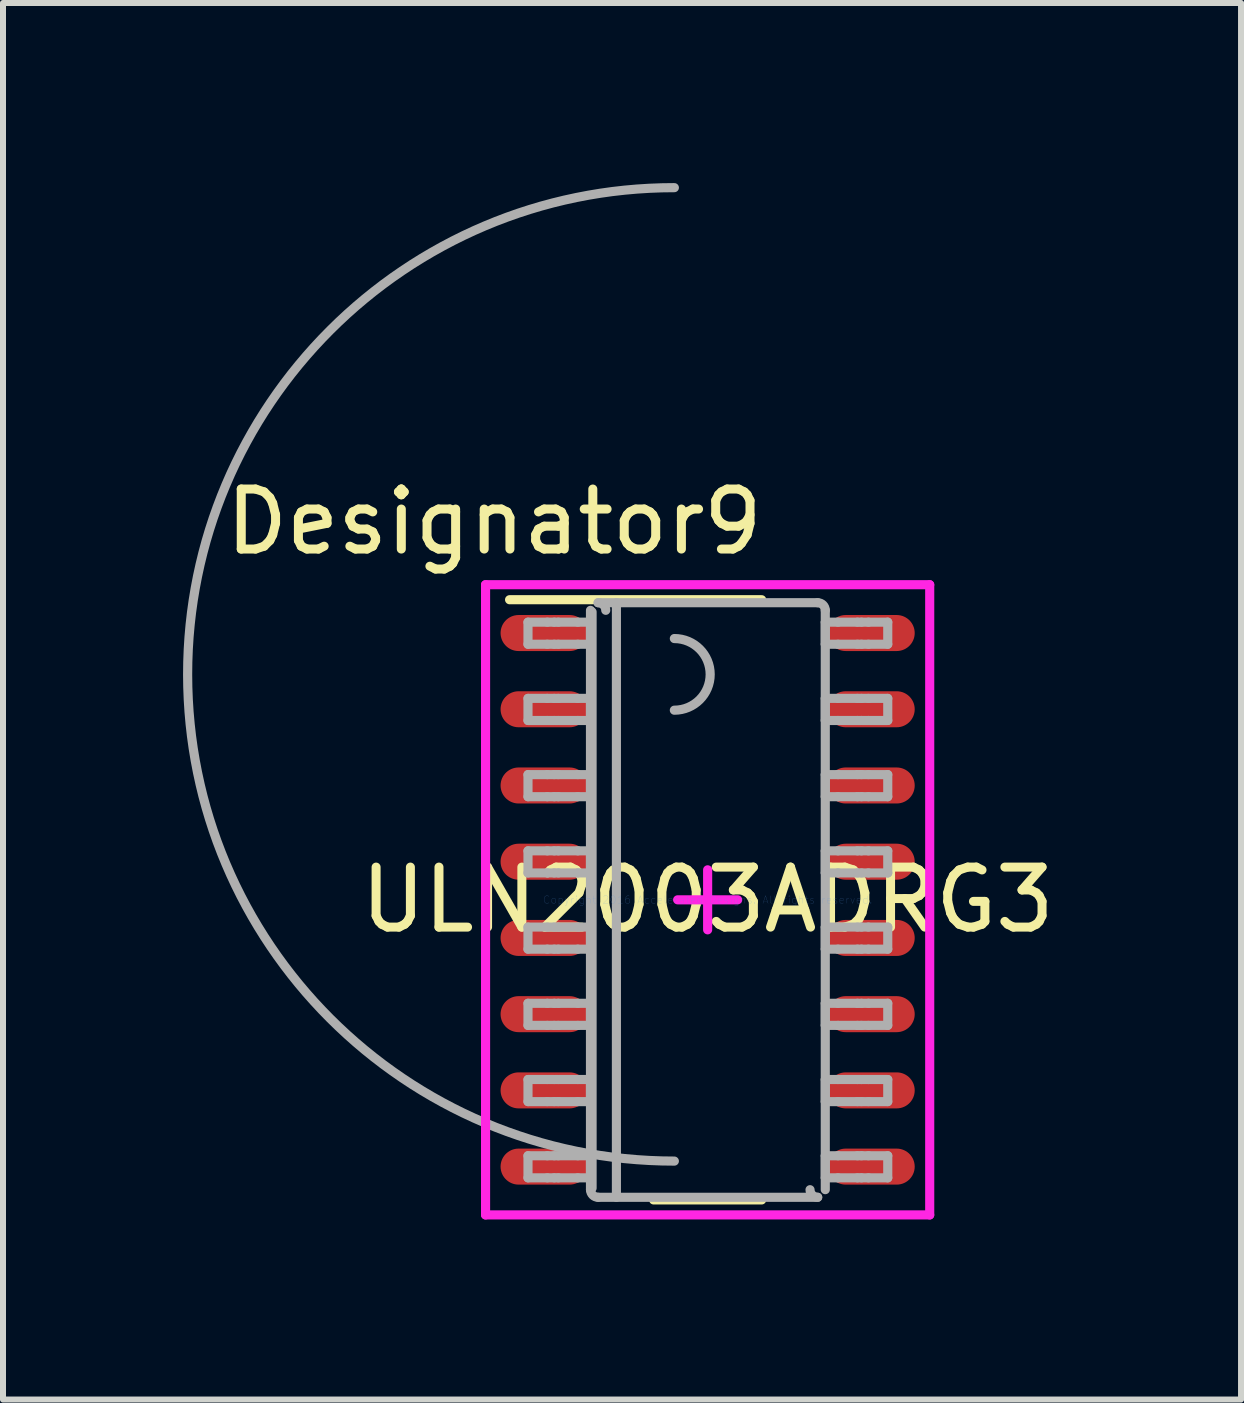
<source format=kicad_pcb>
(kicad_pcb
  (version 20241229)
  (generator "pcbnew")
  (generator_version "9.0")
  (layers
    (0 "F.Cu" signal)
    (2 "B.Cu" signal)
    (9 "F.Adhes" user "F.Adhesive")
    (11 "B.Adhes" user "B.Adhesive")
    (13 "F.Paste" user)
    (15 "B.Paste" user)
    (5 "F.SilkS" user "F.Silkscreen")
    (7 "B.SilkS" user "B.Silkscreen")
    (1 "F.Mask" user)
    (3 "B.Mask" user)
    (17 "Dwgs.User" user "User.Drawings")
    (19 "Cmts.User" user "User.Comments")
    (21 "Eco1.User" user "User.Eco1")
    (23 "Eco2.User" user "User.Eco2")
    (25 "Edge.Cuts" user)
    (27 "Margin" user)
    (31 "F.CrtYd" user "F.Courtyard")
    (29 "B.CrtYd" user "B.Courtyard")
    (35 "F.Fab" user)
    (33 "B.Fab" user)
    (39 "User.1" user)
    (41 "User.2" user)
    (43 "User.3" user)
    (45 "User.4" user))
  (footprint "ULN2003ADRG3"
    (layer "F.Cu")
    (at 8.74 11.942)
    (property "Reference" "ULN2003ADRG3" (at 0 0 0) (layer "F.SilkS") (effects (font (size 1 1) (thickness 0.15))))
    (attr through_hole)
    (fp_line (start -3.3 -5) (end 0.9 -5) (stroke (width 0.152) (type solid)) (layer "F.SilkS"))
    (fp_line (start -0.9 5) (end 0.9 5) (stroke (width 0.152) (type solid)) (layer "F.SilkS"))
    (fp_line (start -3.7 -5.25) (end 3.7 -5.25) (stroke (width 0.152) (type solid)) (layer "F.CrtYd"))
    (fp_line (start -3.7 5.25) (end -3.7 -5.25) (stroke (width 0.152) (type solid)) (layer "F.CrtYd"))
    (fp_line (start -3.7 5.25) (end 3.7 5.25) (stroke (width 0.152) (type solid)) (layer "F.CrtYd"))
    (fp_line (start -0.5 0) (end 0.5 0) (stroke (width 0.152) (type solid)) (layer "F.CrtYd"))
    (fp_line (start 0 0.5) (end 0 -0.5) (stroke (width 0.152) (type solid)) (layer "F.CrtYd"))
    (fp_line (start 3.7 5.25) (end 3.7 -5.25) (stroke (width 0.152) (type solid)) (layer "F.CrtYd"))
    (fp_line (start -2.993 -4.626) (end -2.671 -4.626) (stroke (width 0.152) (type solid)) (layer "F.Fab"))
    (fp_line (start -2.993 -4.258) (end -2.993 -4.626) (stroke (width 0.152) (type solid)) (layer "F.Fab"))
    (fp_line (start -2.993 -4.258) (end -2.671 -4.258) (stroke (width 0.152) (type solid)) (layer "F.Fab"))
    (fp_line (start -2.993 -3.356) (end -2.671 -3.356) (stroke (width 0.152) (type solid)) (layer "F.Fab"))
    (fp_line (start -2.993 -2.988) (end -2.993 -3.356) (stroke (width 0.152) (type solid)) (layer "F.Fab"))
    (fp_line (start -2.993 -2.988) (end -2.671 -2.988) (stroke (width 0.152) (type solid)) (layer "F.Fab"))
    (fp_line (start -2.993 -2.086) (end -2.671 -2.086) (stroke (width 0.152) (type solid)) (layer "F.Fab"))
    (fp_line (start -2.993 -1.718) (end -2.993 -2.086) (stroke (width 0.152) (type solid)) (layer "F.Fab"))
    (fp_line (start -2.993 -1.718) (end -2.671 -1.718) (stroke (width 0.152) (type solid)) (layer "F.Fab"))
    (fp_line (start -2.993 -0.816) (end -2.671 -0.816) (stroke (width 0.152) (type solid)) (layer "F.Fab"))
    (fp_line (start -2.993 -0.448) (end -2.993 -0.816) (stroke (width 0.152) (type solid)) (layer "F.Fab"))
    (fp_line (start -2.993 -0.448) (end -2.671 -0.448) (stroke (width 0.152) (type solid)) (layer "F.Fab"))
    (fp_line (start -2.993 0.454) (end -2.671 0.454) (stroke (width 0.152) (type solid)) (layer "F.Fab"))
    (fp_line (start -2.993 0.822) (end -2.993 0.454) (stroke (width 0.152) (type solid)) (layer "F.Fab"))
    (fp_line (start -2.993 0.822) (end -2.671 0.822) (stroke (width 0.152) (type solid)) (layer "F.Fab"))
    (fp_line (start -2.993 1.724) (end -2.671 1.724) (stroke (width 0.152) (type solid)) (layer "F.Fab"))
    (fp_line (start -2.993 2.092) (end -2.993 1.724) (stroke (width 0.152) (type solid)) (layer "F.Fab"))
    (fp_line (start -2.993 2.092) (end -2.671 2.092) (stroke (width 0.152) (type solid)) (layer "F.Fab"))
    (fp_line (start -2.993 2.994) (end -2.671 2.994) (stroke (width 0.152) (type solid)) (layer "F.Fab"))
    (fp_line (start -2.993 3.362) (end -2.993 2.994) (stroke (width 0.152) (type solid)) (layer "F.Fab"))
    (fp_line (start -2.993 3.362) (end -2.671 3.362) (stroke (width 0.152) (type solid)) (layer "F.Fab"))
    (fp_line (start -2.993 4.264) (end -2.671 4.264) (stroke (width 0.152) (type solid)) (layer "F.Fab"))
    (fp_line (start -2.993 4.632) (end -2.993 4.264) (stroke (width 0.152) (type solid)) (layer "F.Fab"))
    (fp_line (start -2.993 4.632) (end -2.671 4.632) (stroke (width 0.152) (type solid)) (layer "F.Fab"))
    (fp_line (start -2.671 -4.626) (end -2.555 -4.626) (stroke (width 0.152) (type solid)) (layer "F.Fab"))
    (fp_line (start -2.671 -4.258) (end -2.555 -4.258) (stroke (width 0.152) (type solid)) (layer "F.Fab"))
    (fp_line (start -2.671 -3.356) (end -2.555 -3.356) (stroke (width 0.152) (type solid)) (layer "F.Fab"))
    (fp_line (start -2.671 -2.988) (end -2.555 -2.988) (stroke (width 0.152) (type solid)) (layer "F.Fab"))
    (fp_line (start -2.671 -2.086) (end -2.555 -2.086) (stroke (width 0.152) (type solid)) (layer "F.Fab"))
    (fp_line (start -2.671 -1.718) (end -2.555 -1.718) (stroke (width 0.152) (type solid)) (layer "F.Fab"))
    (fp_line (start -2.671 -0.816) (end -2.555 -0.816) (stroke (width 0.152) (type solid)) (layer "F.Fab"))
    (fp_line (start -2.671 -0.448) (end -2.555 -0.448) (stroke (width 0.152) (type solid)) (layer "F.Fab"))
    (fp_line (start -2.671 0.454) (end -2.555 0.454) (stroke (width 0.152) (type solid)) (layer "F.Fab"))
    (fp_line (start -2.671 0.822) (end -2.555 0.822) (stroke (width 0.152) (type solid)) (layer "F.Fab"))
    (fp_line (start -2.671 1.724) (end -2.555 1.724) (stroke (width 0.152) (type solid)) (layer "F.Fab"))
    (fp_line (start -2.671 2.092) (end -2.555 2.092) (stroke (width 0.152) (type solid)) (layer "F.Fab"))
    (fp_line (start -2.671 2.994) (end -2.555 2.994) (stroke (width 0.152) (type solid)) (layer "F.Fab"))
    (fp_line (start -2.671 3.362) (end -2.555 3.362) (stroke (width 0.152) (type solid)) (layer "F.Fab"))
    (fp_line (start -2.671 4.264) (end -2.555 4.264) (stroke (width 0.152) (type solid)) (layer "F.Fab"))
    (fp_line (start -2.671 4.632) (end -2.555 4.632) (stroke (width 0.152) (type solid)) (layer "F.Fab"))
    (fp_line (start -2.555 -4.626) (end -2.488 -4.626) (stroke (width 0.152) (type solid)) (layer "F.Fab"))
    (fp_line (start -2.555 -4.258) (end -2.488 -4.258) (stroke (width 0.152) (type solid)) (layer "F.Fab"))
    (fp_line (start -2.555 -3.356) (end -2.488 -3.356) (stroke (width 0.152) (type solid)) (layer "F.Fab"))
    (fp_line (start -2.555 -2.988) (end -2.488 -2.988) (stroke (width 0.152) (type solid)) (layer "F.Fab"))
    (fp_line (start -2.555 -2.086) (end -2.488 -2.086) (stroke (width 0.152) (type solid)) (layer "F.Fab"))
    (fp_line (start -2.555 -1.718) (end -2.488 -1.718) (stroke (width 0.152) (type solid)) (layer "F.Fab"))
    (fp_line (start -2.555 -0.816) (end -2.488 -0.816) (stroke (width 0.152) (type solid)) (layer "F.Fab"))
    (fp_line (start -2.555 -0.448) (end -2.488 -0.448) (stroke (width 0.152) (type solid)) (layer "F.Fab"))
    (fp_line (start -2.555 0.454) (end -2.488 0.454) (stroke (width 0.152) (type solid)) (layer "F.Fab"))
    (fp_line (start -2.555 0.822) (end -2.488 0.822) (stroke (width 0.152) (type solid)) (layer "F.Fab"))
    (fp_line (start -2.555 1.724) (end -2.488 1.724) (stroke (width 0.152) (type solid)) (layer "F.Fab"))
    (fp_line (start -2.555 2.092) (end -2.488 2.092) (stroke (width 0.152) (type solid)) (layer "F.Fab"))
    (fp_line (start -2.555 2.994) (end -2.488 2.994) (stroke (width 0.152) (type solid)) (layer "F.Fab"))
    (fp_line (start -2.555 3.362) (end -2.488 3.362) (stroke (width 0.152) (type solid)) (layer "F.Fab"))
    (fp_line (start -2.555 4.264) (end -2.488 4.264) (stroke (width 0.152) (type solid)) (layer "F.Fab"))
    (fp_line (start -2.555 4.632) (end -2.488 4.632) (stroke (width 0.152) (type solid)) (layer "F.Fab"))
    (fp_line (start -2.488 -4.626) (end -2.163 -4.626) (stroke (width 0.152) (type solid)) (layer "F.Fab"))
    (fp_line (start -2.488 -4.258) (end -2.163 -4.258) (stroke (width 0.152) (type solid)) (layer "F.Fab"))
    (fp_line (start -2.488 -3.356) (end -2.163 -3.356) (stroke (width 0.152) (type solid)) (layer "F.Fab"))
    (fp_line (start -2.488 -2.988) (end -2.163 -2.988) (stroke (width 0.152) (type solid)) (layer "F.Fab"))
    (fp_line (start -2.488 -2.086) (end -2.163 -2.086) (stroke (width 0.152) (type solid)) (layer "F.Fab"))
    (fp_line (start -2.488 -1.718) (end -2.163 -1.718) (stroke (width 0.152) (type solid)) (layer "F.Fab"))
    (fp_line (start -2.488 -0.816) (end -2.163 -0.816) (stroke (width 0.152) (type solid)) (layer "F.Fab"))
    (fp_line (start -2.488 -0.448) (end -2.163 -0.448) (stroke (width 0.152) (type solid)) (layer "F.Fab"))
    (fp_line (start -2.488 0.454) (end -2.163 0.454) (stroke (width 0.152) (type solid)) (layer "F.Fab"))
    (fp_line (start -2.488 0.822) (end -2.163 0.822) (stroke (width 0.152) (type solid)) (layer "F.Fab"))
    (fp_line (start -2.488 1.724) (end -2.163 1.724) (stroke (width 0.152) (type solid)) (layer "F.Fab"))
    (fp_line (start -2.488 2.092) (end -2.163 2.092) (stroke (width 0.152) (type solid)) (layer "F.Fab"))
    (fp_line (start -2.488 2.994) (end -2.163 2.994) (stroke (width 0.152) (type solid)) (layer "F.Fab"))
    (fp_line (start -2.488 3.362) (end -2.163 3.362) (stroke (width 0.152) (type solid)) (layer "F.Fab"))
    (fp_line (start -2.488 4.264) (end -2.163 4.264) (stroke (width 0.152) (type solid)) (layer "F.Fab"))
    (fp_line (start -2.488 4.632) (end -2.163 4.632) (stroke (width 0.152) (type solid)) (layer "F.Fab"))
    (fp_line (start -2.163 -4.626) (end -1.952 -4.626) (stroke (width 0.152) (type solid)) (layer "F.Fab"))
    (fp_line (start -2.163 -4.258) (end -1.952 -4.258) (stroke (width 0.152) (type solid)) (layer "F.Fab"))
    (fp_line (start -2.163 -3.356) (end -1.952 -3.356) (stroke (width 0.152) (type solid)) (layer "F.Fab"))
    (fp_line (start -2.163 -2.988) (end -1.952 -2.988) (stroke (width 0.152) (type solid)) (layer "F.Fab"))
    (fp_line (start -2.163 -2.086) (end -1.952 -2.086) (stroke (width 0.152) (type solid)) (layer "F.Fab"))
    (fp_line (start -2.163 -1.718) (end -1.952 -1.718) (stroke (width 0.152) (type solid)) (layer "F.Fab"))
    (fp_line (start -2.163 -0.816) (end -1.952 -0.816) (stroke (width 0.152) (type solid)) (layer "F.Fab"))
    (fp_line (start -2.163 -0.448) (end -1.952 -0.448) (stroke (width 0.152) (type solid)) (layer "F.Fab"))
    (fp_line (start -2.163 0.454) (end -1.952 0.454) (stroke (width 0.152) (type solid)) (layer "F.Fab"))
    (fp_line (start -2.163 0.822) (end -1.952 0.822) (stroke (width 0.152) (type solid)) (layer "F.Fab"))
    (fp_line (start -2.163 1.724) (end -1.952 1.724) (stroke (width 0.152) (type solid)) (layer "F.Fab"))
    (fp_line (start -2.163 2.092) (end -1.952 2.092) (stroke (width 0.152) (type solid)) (layer "F.Fab"))
    (fp_line (start -2.163 2.994) (end -1.952 2.994) (stroke (width 0.152) (type solid)) (layer "F.Fab"))
    (fp_line (start -2.163 3.362) (end -1.952 3.362) (stroke (width 0.152) (type solid)) (layer "F.Fab"))
    (fp_line (start -2.163 4.264) (end -1.952 4.264) (stroke (width 0.152) (type solid)) (layer "F.Fab"))
    (fp_line (start -2.163 4.632) (end -1.952 4.632) (stroke (width 0.152) (type solid)) (layer "F.Fab"))
    (fp_line (start -1.952 -4.258) (end -1.952 -4.626) (stroke (width 0.152) (type solid)) (layer "F.Fab"))
    (fp_line (start -1.952 -2.988) (end -1.952 -3.356) (stroke (width 0.152) (type solid)) (layer "F.Fab"))
    (fp_line (start -1.952 -1.718) (end -1.952 -2.086) (stroke (width 0.152) (type solid)) (layer "F.Fab"))
    (fp_line (start -1.952 -0.448) (end -1.952 -0.816) (stroke (width 0.152) (type solid)) (layer "F.Fab"))
    (fp_line (start -1.952 0.822) (end -1.952 0.454) (stroke (width 0.152) (type solid)) (layer "F.Fab"))
    (fp_line (start -1.952 2.092) (end -1.952 1.724) (stroke (width 0.152) (type solid)) (layer "F.Fab"))
    (fp_line (start -1.952 3.362) (end -1.952 2.994) (stroke (width 0.152) (type solid)) (layer "F.Fab"))
    (fp_line (start -1.952 4.632) (end -1.952 4.264) (stroke (width 0.152) (type solid)) (layer "F.Fab"))
    (fp_line (start -1.952 4.829) (end -1.952 -4.823) (stroke (width 0.152) (type solid)) (layer "F.Fab"))
    (fp_line (start -1.925 4.803) (end -1.925 -4.797) (stroke (width 0.152) (type solid)) (layer "F.Fab"))
    (fp_line (start -1.825 -4.95) (end 1.834 -4.95) (stroke (width 0.152) (type solid)) (layer "F.Fab"))
    (fp_line (start -1.825 4.956) (end 1.834 4.956) (stroke (width 0.152) (type solid)) (layer "F.Fab"))
    (fp_line (start -1.52 4.956) (end -1.52 -4.95) (stroke (width 0.152) (type solid)) (layer "F.Fab"))
    (fp_line (start 1.96 -4.626) (end 2.172 -4.626) (stroke (width 0.152) (type solid)) (layer "F.Fab"))
    (fp_line (start 1.96 -4.258) (end 1.96 -4.626) (stroke (width 0.152) (type solid)) (layer "F.Fab"))
    (fp_line (start 1.96 -4.258) (end 2.172 -4.258) (stroke (width 0.152) (type solid)) (layer "F.Fab"))
    (fp_line (start 1.96 -3.356) (end 2.172 -3.356) (stroke (width 0.152) (type solid)) (layer "F.Fab"))
    (fp_line (start 1.96 -2.988) (end 1.96 -3.356) (stroke (width 0.152) (type solid)) (layer "F.Fab"))
    (fp_line (start 1.96 -2.988) (end 2.172 -2.988) (stroke (width 0.152) (type solid)) (layer "F.Fab"))
    (fp_line (start 1.96 -2.086) (end 2.172 -2.086) (stroke (width 0.152) (type solid)) (layer "F.Fab"))
    (fp_line (start 1.96 -1.718) (end 1.96 -2.086) (stroke (width 0.152) (type solid)) (layer "F.Fab"))
    (fp_line (start 1.96 -1.718) (end 2.172 -1.718) (stroke (width 0.152) (type solid)) (layer "F.Fab"))
    (fp_line (start 1.96 -0.816) (end 2.172 -0.816) (stroke (width 0.152) (type solid)) (layer "F.Fab"))
    (fp_line (start 1.96 -0.448) (end 1.96 -0.816) (stroke (width 0.152) (type solid)) (layer "F.Fab"))
    (fp_line (start 1.96 -0.448) (end 2.172 -0.448) (stroke (width 0.152) (type solid)) (layer "F.Fab"))
    (fp_line (start 1.96 0.454) (end 2.172 0.454) (stroke (width 0.152) (type solid)) (layer "F.Fab"))
    (fp_line (start 1.96 0.822) (end 1.96 0.454) (stroke (width 0.152) (type solid)) (layer "F.Fab"))
    (fp_line (start 1.96 0.822) (end 2.172 0.822) (stroke (width 0.152) (type solid)) (layer "F.Fab"))
    (fp_line (start 1.96 1.724) (end 2.172 1.724) (stroke (width 0.152) (type solid)) (layer "F.Fab"))
    (fp_line (start 1.96 2.092) (end 1.96 1.724) (stroke (width 0.152) (type solid)) (layer "F.Fab"))
    (fp_line (start 1.96 2.092) (end 2.172 2.092) (stroke (width 0.152) (type solid)) (layer "F.Fab"))
    (fp_line (start 1.96 2.994) (end 2.172 2.994) (stroke (width 0.152) (type solid)) (layer "F.Fab"))
    (fp_line (start 1.96 3.362) (end 1.96 2.994) (stroke (width 0.152) (type solid)) (layer "F.Fab"))
    (fp_line (start 1.96 3.362) (end 2.172 3.362) (stroke (width 0.152) (type solid)) (layer "F.Fab"))
    (fp_line (start 1.96 4.264) (end 2.172 4.264) (stroke (width 0.152) (type solid)) (layer "F.Fab"))
    (fp_line (start 1.96 4.632) (end 1.96 4.264) (stroke (width 0.152) (type solid)) (layer "F.Fab"))
    (fp_line (start 1.96 4.632) (end 2.172 4.632) (stroke (width 0.152) (type solid)) (layer "F.Fab"))
    (fp_line (start 1.96 4.829) (end 1.96 -4.823) (stroke (width 0.152) (type solid)) (layer "F.Fab"))
    (fp_line (start 2.172 -4.626) (end 2.497 -4.626) (stroke (width 0.152) (type solid)) (layer "F.Fab"))
    (fp_line (start 2.172 -4.258) (end 2.497 -4.258) (stroke (width 0.152) (type solid)) (layer "F.Fab"))
    (fp_line (start 2.172 -3.356) (end 2.497 -3.356) (stroke (width 0.152) (type solid)) (layer "F.Fab"))
    (fp_line (start 2.172 -2.988) (end 2.497 -2.988) (stroke (width 0.152) (type solid)) (layer "F.Fab"))
    (fp_line (start 2.172 -2.086) (end 2.497 -2.086) (stroke (width 0.152) (type solid)) (layer "F.Fab"))
    (fp_line (start 2.172 -1.718) (end 2.497 -1.718) (stroke (width 0.152) (type solid)) (layer "F.Fab"))
    (fp_line (start 2.172 -0.816) (end 2.497 -0.816) (stroke (width 0.152) (type solid)) (layer "F.Fab"))
    (fp_line (start 2.172 -0.448) (end 2.497 -0.448) (stroke (width 0.152) (type solid)) (layer "F.Fab"))
    (fp_line (start 2.172 0.454) (end 2.497 0.454) (stroke (width 0.152) (type solid)) (layer "F.Fab"))
    (fp_line (start 2.172 0.822) (end 2.497 0.822) (stroke (width 0.152) (type solid)) (layer "F.Fab"))
    (fp_line (start 2.172 1.724) (end 2.497 1.724) (stroke (width 0.152) (type solid)) (layer "F.Fab"))
    (fp_line (start 2.172 2.092) (end 2.497 2.092) (stroke (width 0.152) (type solid)) (layer "F.Fab"))
    (fp_line (start 2.172 2.994) (end 2.497 2.994) (stroke (width 0.152) (type solid)) (layer "F.Fab"))
    (fp_line (start 2.172 3.362) (end 2.497 3.362) (stroke (width 0.152) (type solid)) (layer "F.Fab"))
    (fp_line (start 2.172 4.264) (end 2.497 4.264) (stroke (width 0.152) (type solid)) (layer "F.Fab"))
    (fp_line (start 2.172 4.632) (end 2.497 4.632) (stroke (width 0.152) (type solid)) (layer "F.Fab"))
    (fp_line (start 2.497 -4.626) (end 2.563 -4.626) (stroke (width 0.152) (type solid)) (layer "F.Fab"))
    (fp_line (start 2.497 -4.258) (end 2.563 -4.258) (stroke (width 0.152) (type solid)) (layer "F.Fab"))
    (fp_line (start 2.497 -3.356) (end 2.563 -3.356) (stroke (width 0.152) (type solid)) (layer "F.Fab"))
    (fp_line (start 2.497 -2.988) (end 2.563 -2.988) (stroke (width 0.152) (type solid)) (layer "F.Fab"))
    (fp_line (start 2.497 -2.086) (end 2.563 -2.086) (stroke (width 0.152) (type solid)) (layer "F.Fab"))
    (fp_line (start 2.497 -1.718) (end 2.563 -1.718) (stroke (width 0.152) (type solid)) (layer "F.Fab"))
    (fp_line (start 2.497 -0.816) (end 2.563 -0.816) (stroke (width 0.152) (type solid)) (layer "F.Fab"))
    (fp_line (start 2.497 -0.448) (end 2.563 -0.448) (stroke (width 0.152) (type solid)) (layer "F.Fab"))
    (fp_line (start 2.497 0.454) (end 2.563 0.454) (stroke (width 0.152) (type solid)) (layer "F.Fab"))
    (fp_line (start 2.497 0.822) (end 2.563 0.822) (stroke (width 0.152) (type solid)) (layer "F.Fab"))
    (fp_line (start 2.497 1.724) (end 2.563 1.724) (stroke (width 0.152) (type solid)) (layer "F.Fab"))
    (fp_line (start 2.497 2.092) (end 2.563 2.092) (stroke (width 0.152) (type solid)) (layer "F.Fab"))
    (fp_line (start 2.497 2.994) (end 2.563 2.994) (stroke (width 0.152) (type solid)) (layer "F.Fab"))
    (fp_line (start 2.497 3.362) (end 2.563 3.362) (stroke (width 0.152) (type solid)) (layer "F.Fab"))
    (fp_line (start 2.497 4.264) (end 2.563 4.264) (stroke (width 0.152) (type solid)) (layer "F.Fab"))
    (fp_line (start 2.497 4.632) (end 2.563 4.632) (stroke (width 0.152) (type solid)) (layer "F.Fab"))
    (fp_line (start 2.563 -4.626) (end 2.679 -4.626) (stroke (width 0.152) (type solid)) (layer "F.Fab"))
    (fp_line (start 2.563 -4.258) (end 2.679 -4.258) (stroke (width 0.152) (type solid)) (layer "F.Fab"))
    (fp_line (start 2.563 -3.356) (end 2.679 -3.356) (stroke (width 0.152) (type solid)) (layer "F.Fab"))
    (fp_line (start 2.563 -2.988) (end 2.679 -2.988) (stroke (width 0.152) (type solid)) (layer "F.Fab"))
    (fp_line (start 2.563 -2.086) (end 2.679 -2.086) (stroke (width 0.152) (type solid)) (layer "F.Fab"))
    (fp_line (start 2.563 -1.718) (end 2.679 -1.718) (stroke (width 0.152) (type solid)) (layer "F.Fab"))
    (fp_line (start 2.563 -0.816) (end 2.679 -0.816) (stroke (width 0.152) (type solid)) (layer "F.Fab"))
    (fp_line (start 2.563 -0.448) (end 2.679 -0.448) (stroke (width 0.152) (type solid)) (layer "F.Fab"))
    (fp_line (start 2.563 0.454) (end 2.679 0.454) (stroke (width 0.152) (type solid)) (layer "F.Fab"))
    (fp_line (start 2.563 0.822) (end 2.679 0.822) (stroke (width 0.152) (type solid)) (layer "F.Fab"))
    (fp_line (start 2.563 1.724) (end 2.679 1.724) (stroke (width 0.152) (type solid)) (layer "F.Fab"))
    (fp_line (start 2.563 2.092) (end 2.679 2.092) (stroke (width 0.152) (type solid)) (layer "F.Fab"))
    (fp_line (start 2.563 2.994) (end 2.679 2.994) (stroke (width 0.152) (type solid)) (layer "F.Fab"))
    (fp_line (start 2.563 3.362) (end 2.679 3.362) (stroke (width 0.152) (type solid)) (layer "F.Fab"))
    (fp_line (start 2.563 4.264) (end 2.679 4.264) (stroke (width 0.152) (type solid)) (layer "F.Fab"))
    (fp_line (start 2.563 4.632) (end 2.679 4.632) (stroke (width 0.152) (type solid)) (layer "F.Fab"))
    (fp_line (start 2.679 -4.626) (end 3.001 -4.626) (stroke (width 0.152) (type solid)) (layer "F.Fab"))
    (fp_line (start 2.679 -4.258) (end 3.001 -4.258) (stroke (width 0.152) (type solid)) (layer "F.Fab"))
    (fp_line (start 2.679 -3.356) (end 3.001 -3.356) (stroke (width 0.152) (type solid)) (layer "F.Fab"))
    (fp_line (start 2.679 -2.988) (end 3.001 -2.988) (stroke (width 0.152) (type solid)) (layer "F.Fab"))
    (fp_line (start 2.679 -2.086) (end 3.001 -2.086) (stroke (width 0.152) (type solid)) (layer "F.Fab"))
    (fp_line (start 2.679 -1.718) (end 3.001 -1.718) (stroke (width 0.152) (type solid)) (layer "F.Fab"))
    (fp_line (start 2.679 -0.816) (end 3.001 -0.816) (stroke (width 0.152) (type solid)) (layer "F.Fab"))
    (fp_line (start 2.679 -0.448) (end 3.001 -0.448) (stroke (width 0.152) (type solid)) (layer "F.Fab"))
    (fp_line (start 2.679 0.454) (end 3.001 0.454) (stroke (width 0.152) (type solid)) (layer "F.Fab"))
    (fp_line (start 2.679 0.822) (end 3.001 0.822) (stroke (width 0.152) (type solid)) (layer "F.Fab"))
    (fp_line (start 2.679 1.724) (end 3.001 1.724) (stroke (width 0.152) (type solid)) (layer "F.Fab"))
    (fp_line (start 2.679 2.092) (end 3.001 2.092) (stroke (width 0.152) (type solid)) (layer "F.Fab"))
    (fp_line (start 2.679 2.994) (end 3.001 2.994) (stroke (width 0.152) (type solid)) (layer "F.Fab"))
    (fp_line (start 2.679 3.362) (end 3.001 3.362) (stroke (width 0.152) (type solid)) (layer "F.Fab"))
    (fp_line (start 2.679 4.264) (end 3.001 4.264) (stroke (width 0.152) (type solid)) (layer "F.Fab"))
    (fp_line (start 2.679 4.632) (end 3.001 4.632) (stroke (width 0.152) (type solid)) (layer "F.Fab"))
    (fp_line (start 3.001 -4.258) (end 3.001 -4.626) (stroke (width 0.152) (type solid)) (layer "F.Fab"))
    (fp_line (start 3.001 -2.988) (end 3.001 -3.356) (stroke (width 0.152) (type solid)) (layer "F.Fab"))
    (fp_line (start 3.001 -1.718) (end 3.001 -2.086) (stroke (width 0.152) (type solid)) (layer "F.Fab"))
    (fp_line (start 3.001 -0.448) (end 3.001 -0.816) (stroke (width 0.152) (type solid)) (layer "F.Fab"))
    (fp_line (start 3.001 0.822) (end 3.001 0.454) (stroke (width 0.152) (type solid)) (layer "F.Fab"))
    (fp_line (start 3.001 2.092) (end 3.001 1.724) (stroke (width 0.152) (type solid)) (layer "F.Fab"))
    (fp_line (start 3.001 3.362) (end 3.001 2.994) (stroke (width 0.152) (type solid)) (layer "F.Fab"))
    (fp_line (start 3.001 4.632) (end 3.001 4.264) (stroke (width 0.152) (type solid)) (layer "F.Fab"))
    (fp_arc (start -1.824538 -4.95) (mid -1.735068 -4.913136) (end -1.697537 -4.823943) (stroke (width 0.1524) (type solid)) (layer "F.Fab"))
    (fp_arc (start -1.824525 4.956) (mid -1.914004 4.919132) (end -1.951539 4.82993) (stroke (width 0.1524) (type solid)) (layer "F.Fab"))
    (fp_arc (start -0.554543 -4.3531) (mid 0.042357 -3.7562) (end -0.554543 -3.1593) (stroke (width 0.1524) (type solid)) (layer "F.Fab"))
    (fp_arc (start -0.554543 4.3531) (mid -8.663843 -3.7562) (end -0.554543 -11.8655) (stroke (width 0.1524) (type solid)) (layer "F.Fab"))
    (fp_arc (start 1.833052 4.956) (mid 1.743582 4.919136) (end 1.706051 4.829943) (stroke (width 0.1524) (type solid)) (layer "F.Fab"))
    (fp_arc (start 1.833065 -4.95) (mid 1.922526 -4.913139) (end 1.960053 -4.823956) (stroke (width 0.1524) (type solid)) (layer "F.Fab"))
    (fp_text user "Designator9" (at -3.556 -6.299 0) (layer "F.SilkS") (effects (font (size 1 1) (thickness 0.15))))
    (fp_text user "Copyright 2016 Accelerated Designs. All rights reserved." (at 0 0 0) (layer "Cmts.User") (effects (font (size 0.127 0.127) (thickness 0.002))))
    (pad "1" smd oval (at -2.725 -4.445 90) (size 0.6 1.45) (layers "F.Cu" "F.Mask" "F.Paste"))
    (pad "2" smd oval (at -2.725 -3.175 90) (size 0.6 1.45) (layers "F.Cu" "F.Mask" "F.Paste"))
    (pad "3" smd oval (at -2.725 -1.905 90) (size 0.6 1.45) (layers "F.Cu" "F.Mask" "F.Paste"))
    (pad "4" smd oval (at -2.725 -0.635 90) (size 0.6 1.45) (layers "F.Cu" "F.Mask" "F.Paste"))
    (pad "5" smd oval (at -2.725 0.635 90) (size 0.6 1.45) (layers "F.Cu" "F.Mask" "F.Paste"))
    (pad "6" smd oval (at -2.725 1.905 90) (size 0.6 1.45) (layers "F.Cu" "F.Mask" "F.Paste"))
    (pad "7" smd oval (at -2.725 3.175 90) (size 0.6 1.45) (layers "F.Cu" "F.Mask" "F.Paste"))
    (pad "8" smd oval (at -2.725 4.445 90) (size 0.6 1.45) (layers "F.Cu" "F.Mask" "F.Paste"))
    (pad "9" smd oval (at 2.725 4.445 90) (size 0.6 1.45) (layers "F.Cu" "F.Mask" "F.Paste"))
    (pad "10" smd oval (at 2.725 3.175 90) (size 0.6 1.45) (layers "F.Cu" "F.Mask" "F.Paste"))
    (pad "11" smd oval (at 2.725 1.905 90) (size 0.6 1.45) (layers "F.Cu" "F.Mask" "F.Paste"))
    (pad "12" smd oval (at 2.725 0.635 90) (size 0.6 1.45) (layers "F.Cu" "F.Mask" "F.Paste"))
    (pad "13" smd oval (at 2.725 -0.635 90) (size 0.6 1.45) (layers "F.Cu" "F.Mask" "F.Paste"))
    (pad "14" smd oval (at 2.725 -1.905 90) (size 0.6 1.45) (layers "F.Cu" "F.Mask" "F.Paste"))
    (pad "15" smd oval (at 2.725 -3.175 90) (size 0.6 1.45) (layers "F.Cu" "F.Mask" "F.Paste"))
    (pad "16" smd oval (at 2.725 -4.445 90) (size 0.6 1.45) (layers "F.Cu" "F.Mask" "F.Paste")))
  (gr_rect
    (start -3 -3)
    (end 17.627 20.268)
    (stroke (width 0.1) (type default))
    (fill no)
    (layer "Edge.Cuts")))
</source>
